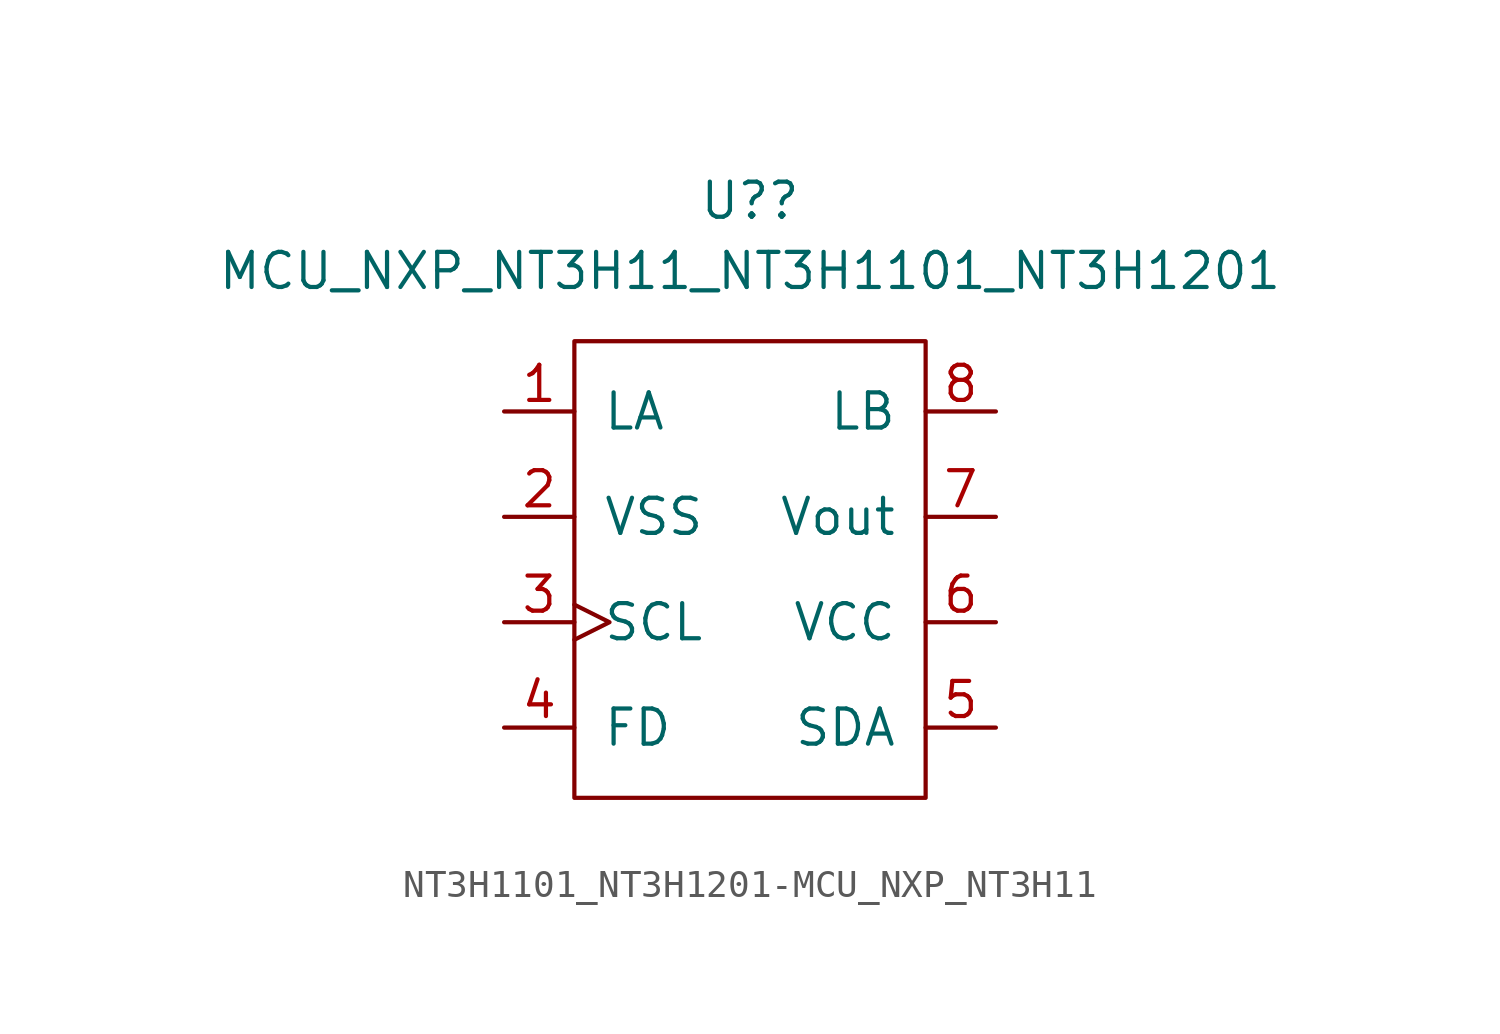
<source format=kicad_sym>
(kicad_symbol_lib
  (version 20220914)
  (generator kicad_symbol_editor)
  (symbol "NT3H1101_NT3H1201-MCU_NXP_NT3H11"
    (pin_names
      (offset 1.016))
    (property "Reference" "U?"
      (at 0 13.97 0)
      (effects (font (size 1.27 1.27))))
    (property "Value" "MCU_NXP_NT3H11_NT3H1101_NT3H1201"
      (at 0 11.43 0)
      (effects (font (size 1.27 1.27))))
    (symbol "NT3H1101_NT3H1201-MCU_NXP_NT3H11_0_1"
      (rectangle (start -6.35 8.89) (end 6.35 -7.62) (stroke (width 0) (type solid)) (fill (type none))))
    (symbol "NT3H1101_NT3H1201-MCU_NXP_NT3H11_1_1"
      (pin input line (at -8.89 6.35 0) (length 2.54) (name "LA" (effects (font (size 1.27 1.27)))) (number "1" (effects (font (size 1.27 1.27)))))
      (pin output line (at -8.89 2.54 0) (length 2.54) (name "VSS" (effects (font (size 1.27 1.27)))) (number "2" (effects (font (size 1.27 1.27)))))
      (pin passive clock (at -8.89 -1.27 0) (length 2.54) (name "SCL" (effects (font (size 1.27 1.27)))) (number "3" (effects (font (size 1.27 1.27)))))
      (pin passive line (at -8.89 -5.08 0) (length 2.54) (name "FD" (effects (font (size 1.27 1.27)))) (number "4" (effects (font (size 1.27 1.27)))))
      (pin passive line (at 8.89 -5.08 180) (length 2.54) (name "SDA" (effects (font (size 1.27 1.27)))) (number "5" (effects (font (size 1.27 1.27)))))
      (pin input line (at 8.89 -1.27 180) (length 2.54) (name "VCC" (effects (font (size 1.27 1.27)))) (number "6" (effects (font (size 1.27 1.27)))))
      (pin power_out line (at 8.89 2.54 180) (length 2.54) (name "Vout" (effects (font (size 1.27 1.27)))) (number "7" (effects (font (size 1.27 1.27)))))
      (pin input line (at 8.89 6.35 180) (length 2.54) (name "LB" (effects (font (size 1.27 1.27)))) (number "8" (effects (font (size 1.27 1.27))))))))
</source>
